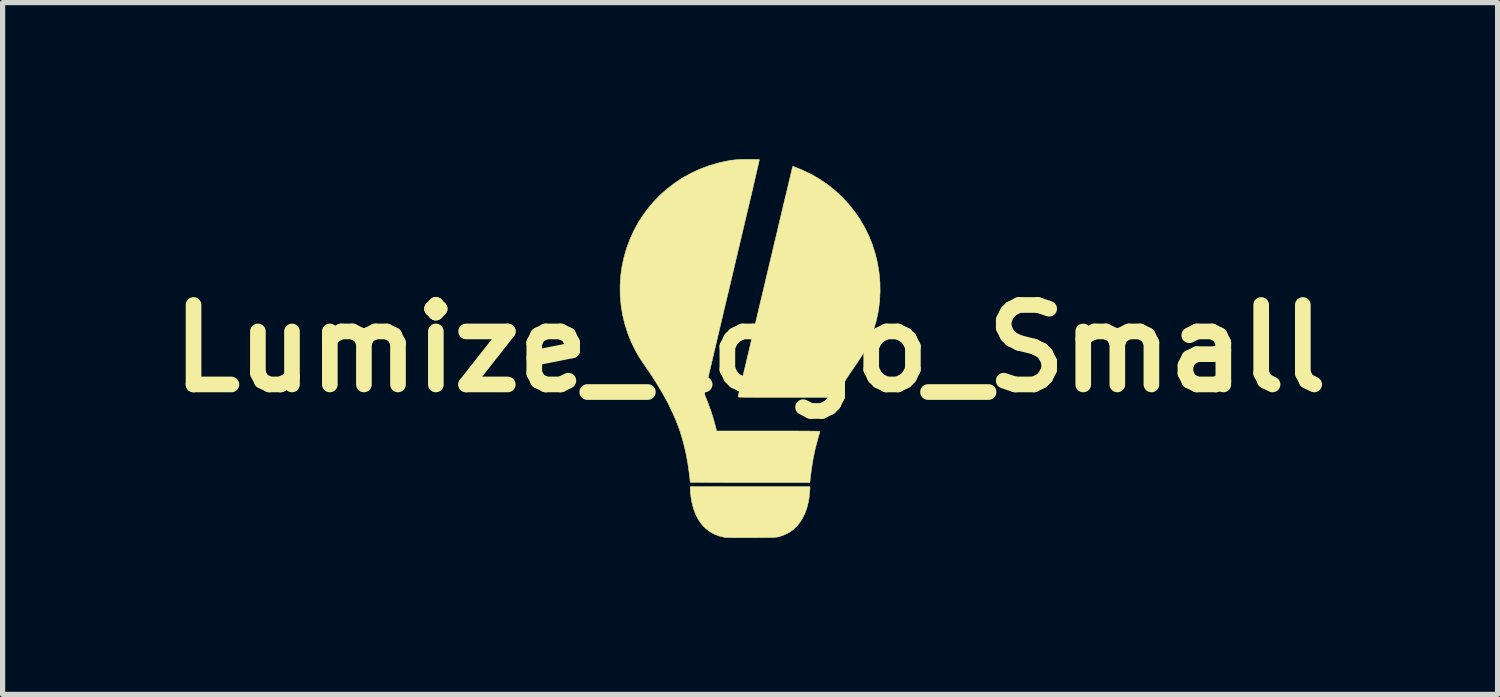
<source format=kicad_pcb>
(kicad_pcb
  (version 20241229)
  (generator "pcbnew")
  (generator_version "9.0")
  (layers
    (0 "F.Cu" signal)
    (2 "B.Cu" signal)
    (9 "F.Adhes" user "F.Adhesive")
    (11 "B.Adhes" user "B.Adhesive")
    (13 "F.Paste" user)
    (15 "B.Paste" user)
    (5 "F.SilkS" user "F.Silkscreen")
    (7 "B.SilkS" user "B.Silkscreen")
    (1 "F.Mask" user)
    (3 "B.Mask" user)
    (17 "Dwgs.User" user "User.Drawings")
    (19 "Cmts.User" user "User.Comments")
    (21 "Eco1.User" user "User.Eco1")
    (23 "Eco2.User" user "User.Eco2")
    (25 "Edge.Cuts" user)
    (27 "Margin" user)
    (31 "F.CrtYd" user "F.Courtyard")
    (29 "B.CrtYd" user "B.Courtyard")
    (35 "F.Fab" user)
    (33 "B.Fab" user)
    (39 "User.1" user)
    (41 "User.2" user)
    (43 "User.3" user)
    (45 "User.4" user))
  (footprint "Lumize_Logo_Small"
    (layer "F.Cu")
    (at 11.328 3.63)
    (property "Reference" "Lumize_Logo_Small" (at 0 0 0) (layer "F.SilkS") (effects (font (size 1.524 1.524) (thickness 0.3))))
    (attr through_hole)
    (fp_poly (pts (xy 1.147 2.684) (xy 1.145 2.724) (xy 1.141 2.773) (xy 1.135 2.827) (xy 1.128 2.881) (xy 1.119 2.932) (xy 1.117 2.943) (xy 1.089 3.055) (xy 1.051 3.16) (xy 1.004 3.255) (xy 0.949 3.341) (xy 0.886 3.416) (xy 0.816 3.48) (xy 0.739 3.532) (xy 0.657 3.571) (xy 0.631 3.582) (xy 0.607 3.59) (xy 0.586 3.598) (xy 0.566 3.604) (xy 0.545 3.61) (xy 0.522 3.614) (xy 0.497 3.617) (xy 0.467 3.62) (xy 0.431 3.622) (xy 0.389 3.623) (xy 0.338 3.624) (xy 0.279 3.625) (xy 0.208 3.625) (xy 0.126 3.626) (xy 0.031 3.626) (xy 0.022 3.626) (xy -0.079 3.626) (xy -0.166 3.626) (xy -0.241 3.626) (xy -0.304 3.626) (xy -0.357 3.625) (xy -0.4 3.624) (xy -0.434 3.623) (xy -0.462 3.622) (xy -0.482 3.62) (xy -0.497 3.618) (xy -0.499 3.618) (xy -0.601 3.592) (xy -0.695 3.555) (xy -0.781 3.505) (xy -0.858 3.444) (xy -0.926 3.372) (xy -0.986 3.288) (xy -1.037 3.193) (xy -1.078 3.088) (xy -1.1 3.013) (xy -1.119 2.93) (xy -1.133 2.846) (xy -1.143 2.764) (xy -1.147 2.689) (xy -1.147 2.684) (xy -1.147 2.649) (xy 1.147 2.649) (xy 1.147 2.684)) (stroke (width 0.01) (type solid)) (fill yes) (layer "F.SilkS"))
    (fp_poly (pts (xy 0.825 -3.489) (xy 0.844 -3.483) (xy 0.873 -3.472) (xy 0.909 -3.458) (xy 0.951 -3.441) (xy 0.997 -3.422) (xy 1.012 -3.415) (xy 1.177 -3.336) (xy 1.336 -3.244) (xy 1.487 -3.141) (xy 1.63 -3.026) (xy 1.765 -2.901) (xy 1.89 -2.766) (xy 2.004 -2.623) (xy 2.108 -2.472) (xy 2.201 -2.313) (xy 2.281 -2.147) (xy 2.336 -2.012) (xy 2.395 -1.831) (xy 2.44 -1.648) (xy 2.471 -1.462) (xy 2.489 -1.275) (xy 2.492 -1.088) (xy 2.482 -0.902) (xy 2.458 -0.717) (xy 2.419 -0.534) (xy 2.367 -0.354) (xy 2.336 -0.265) (xy 2.305 -0.185) (xy 2.273 -0.11) (xy 2.238 -0.037) (xy 2.201 0.035) (xy 2.159 0.109) (xy 2.111 0.186) (xy 2.056 0.27) (xy 1.993 0.362) (xy 1.97 0.396) (xy 1.933 0.448) (xy 1.892 0.51) (xy 1.848 0.578) (xy 1.803 0.649) (xy 1.76 0.718) (xy 1.72 0.784) (xy 1.69 0.835) (xy 1.631 0.936) (xy 0.699 0.936) (xy 0.563 0.936) (xy 0.442 0.936) (xy 0.333 0.936) (xy 0.237 0.936) (xy 0.152 0.936) (xy 0.078 0.936) (xy 0.015 0.935) (xy -0.04 0.935) (xy -0.086 0.935) (xy -0.123 0.934) (xy -0.154 0.933) (xy -0.178 0.933) (xy -0.197 0.932) (xy -0.211 0.931) (xy -0.22 0.93) (xy -0.226 0.928) (xy -0.229 0.927) (xy -0.23 0.925) (xy -0.23 0.923) (xy -0.23 0.922) (xy -0.228 0.914) (xy -0.223 0.893) (xy -0.215 0.858) (xy -0.204 0.811) (xy -0.19 0.751) (xy -0.173 0.681) (xy -0.154 0.599) (xy -0.132 0.507) (xy -0.108 0.406) (xy -0.081 0.295) (xy -0.053 0.175) (xy -0.023 0.048) (xy 0.009 -0.088) (xy 0.043 -0.23) (xy 0.078 -0.379) (xy 0.115 -0.534) (xy 0.153 -0.695) (xy 0.192 -0.861) (xy 0.233 -1.03) (xy 0.274 -1.204) (xy 0.294 -1.289) (xy 0.335 -1.465) (xy 0.376 -1.636) (xy 0.416 -1.804) (xy 0.454 -1.966) (xy 0.492 -2.124) (xy 0.528 -2.275) (xy 0.562 -2.421) (xy 0.595 -2.559) (xy 0.626 -2.69) (xy 0.655 -2.813) (xy 0.683 -2.928) (xy 0.708 -3.033) (xy 0.73 -3.129) (xy 0.751 -3.215) (xy 0.769 -3.29) (xy 0.784 -3.354) (xy 0.797 -3.406) (xy 0.806 -3.446) (xy 0.813 -3.474) (xy 0.816 -3.488) (xy 0.817 -3.489) (xy 0.825 -3.489)) (stroke (width 0.01) (type solid)) (fill yes) (layer "F.SilkS"))
    (fp_poly (pts (xy 0.022 -3.625) (xy 0.07 -3.624) (xy 0.112 -3.624) (xy 0.145 -3.623) (xy 0.167 -3.622) (xy 0.177 -3.62) (xy 0.178 -3.62) (xy 0.177 -3.613) (xy 0.172 -3.592) (xy 0.164 -3.558) (xy 0.154 -3.511) (xy 0.14 -3.453) (xy 0.124 -3.383) (xy 0.105 -3.302) (xy 0.084 -3.211) (xy 0.061 -3.109) (xy 0.035 -2.999) (xy 0.007 -2.88) (xy -0.023 -2.752) (xy -0.055 -2.617) (xy -0.089 -2.474) (xy -0.124 -2.325) (xy -0.16 -2.17) (xy -0.198 -2.009) (xy -0.238 -1.843) (xy -0.278 -1.672) (xy -0.319 -1.498) (xy -0.348 -1.375) (xy -0.398 -1.164) (xy -0.445 -0.966) (xy -0.489 -0.782) (xy -0.529 -0.611) (xy -0.567 -0.452) (xy -0.602 -0.304) (xy -0.634 -0.168) (xy -0.663 -0.043) (xy -0.69 0.071) (xy -0.715 0.176) (xy -0.737 0.271) (xy -0.758 0.357) (xy -0.776 0.435) (xy -0.792 0.504) (xy -0.806 0.566) (xy -0.819 0.621) (xy -0.829 0.669) (xy -0.839 0.711) (xy -0.847 0.746) (xy -0.853 0.777) (xy -0.858 0.803) (xy -0.863 0.824) (xy -0.866 0.841) (xy -0.868 0.855) (xy -0.87 0.866) (xy -0.87 0.875) (xy -0.871 0.881) (xy -0.87 0.885) (xy -0.87 0.889) (xy -0.869 0.892) (xy -0.868 0.892) (xy -0.803 1.055) (xy -0.748 1.209) (xy -0.701 1.357) (xy -0.67 1.471) (xy -0.642 1.582) (xy 0.351 1.582) (xy 0.491 1.582) (xy 0.618 1.582) (xy 0.731 1.582) (xy 0.832 1.582) (xy 0.921 1.582) (xy 1 1.583) (xy 1.068 1.583) (xy 1.126 1.583) (xy 1.176 1.584) (xy 1.217 1.584) (xy 1.251 1.585) (xy 1.278 1.586) (xy 1.299 1.586) (xy 1.315 1.587) (xy 1.327 1.589) (xy 1.334 1.59) (xy 1.338 1.591) (xy 1.34 1.593) (xy 1.339 1.594) (xy 1.336 1.605) (xy 1.329 1.627) (xy 1.32 1.658) (xy 1.309 1.695) (xy 1.299 1.729) (xy 1.249 1.92) (xy 1.207 2.12) (xy 1.174 2.329) (xy 1.165 2.402) (xy 1.16 2.442) (xy 1.156 2.479) (xy 1.152 2.511) (xy 1.15 2.533) (xy 1.149 2.535) (xy 1.145 2.569) (xy -0.001 2.569) (xy -0.128 2.569) (xy -0.252 2.569) (xy -0.371 2.569) (xy -0.485 2.569) (xy -0.592 2.568) (xy -0.692 2.568) (xy -0.784 2.568) (xy -0.868 2.567) (xy -0.942 2.567) (xy -1.006 2.566) (xy -1.059 2.566) (xy -1.1 2.565) (xy -1.129 2.565) (xy -1.144 2.564) (xy -1.147 2.564) (xy -1.148 2.555) (xy -1.15 2.534) (xy -1.153 2.504) (xy -1.157 2.467) (xy -1.161 2.433) (xy -1.192 2.21) (xy -1.232 1.996) (xy -1.281 1.792) (xy -1.339 1.597) (xy -1.358 1.542) (xy -1.419 1.381) (xy -1.493 1.214) (xy -1.577 1.042) (xy -1.673 0.866) (xy -1.778 0.689) (xy -1.892 0.51) (xy -1.978 0.385) (xy -2.022 0.32) (xy -2.06 0.266) (xy -2.091 0.218) (xy -2.119 0.175) (xy -2.143 0.136) (xy -2.166 0.096) (xy -2.189 0.055) (xy -2.195 0.044) (xy -2.278 -0.125) (xy -2.347 -0.298) (xy -2.403 -0.475) (xy -2.445 -0.654) (xy -2.474 -0.836) (xy -2.49 -1.018) (xy -2.492 -1.201) (xy -2.481 -1.384) (xy -2.456 -1.565) (xy -2.418 -1.745) (xy -2.367 -1.922) (xy -2.302 -2.095) (xy -2.225 -2.264) (xy -2.134 -2.429) (xy -2.092 -2.495) (xy -1.983 -2.65) (xy -1.864 -2.795) (xy -1.735 -2.93) (xy -1.596 -3.055) (xy -1.449 -3.168) (xy -1.293 -3.271) (xy -1.13 -3.361) (xy -0.96 -3.439) (xy -0.784 -3.505) (xy -0.602 -3.558) (xy -0.468 -3.588) (xy -0.409 -3.599) (xy -0.356 -3.608) (xy -0.305 -3.614) (xy -0.255 -3.619) (xy -0.201 -3.622) (xy -0.14 -3.624) (xy -0.07 -3.625) (xy -0.031 -3.625) (xy 0.022 -3.625)) (stroke (width 0.01) (type solid)) (fill yes) (layer "F.SilkS")))
  (gr_rect
    (start -3 -3)
    (end 25.657 10.261)
    (stroke (width 0.1) (type default))
    (fill no)
    (layer "Edge.Cuts")))
</source>
